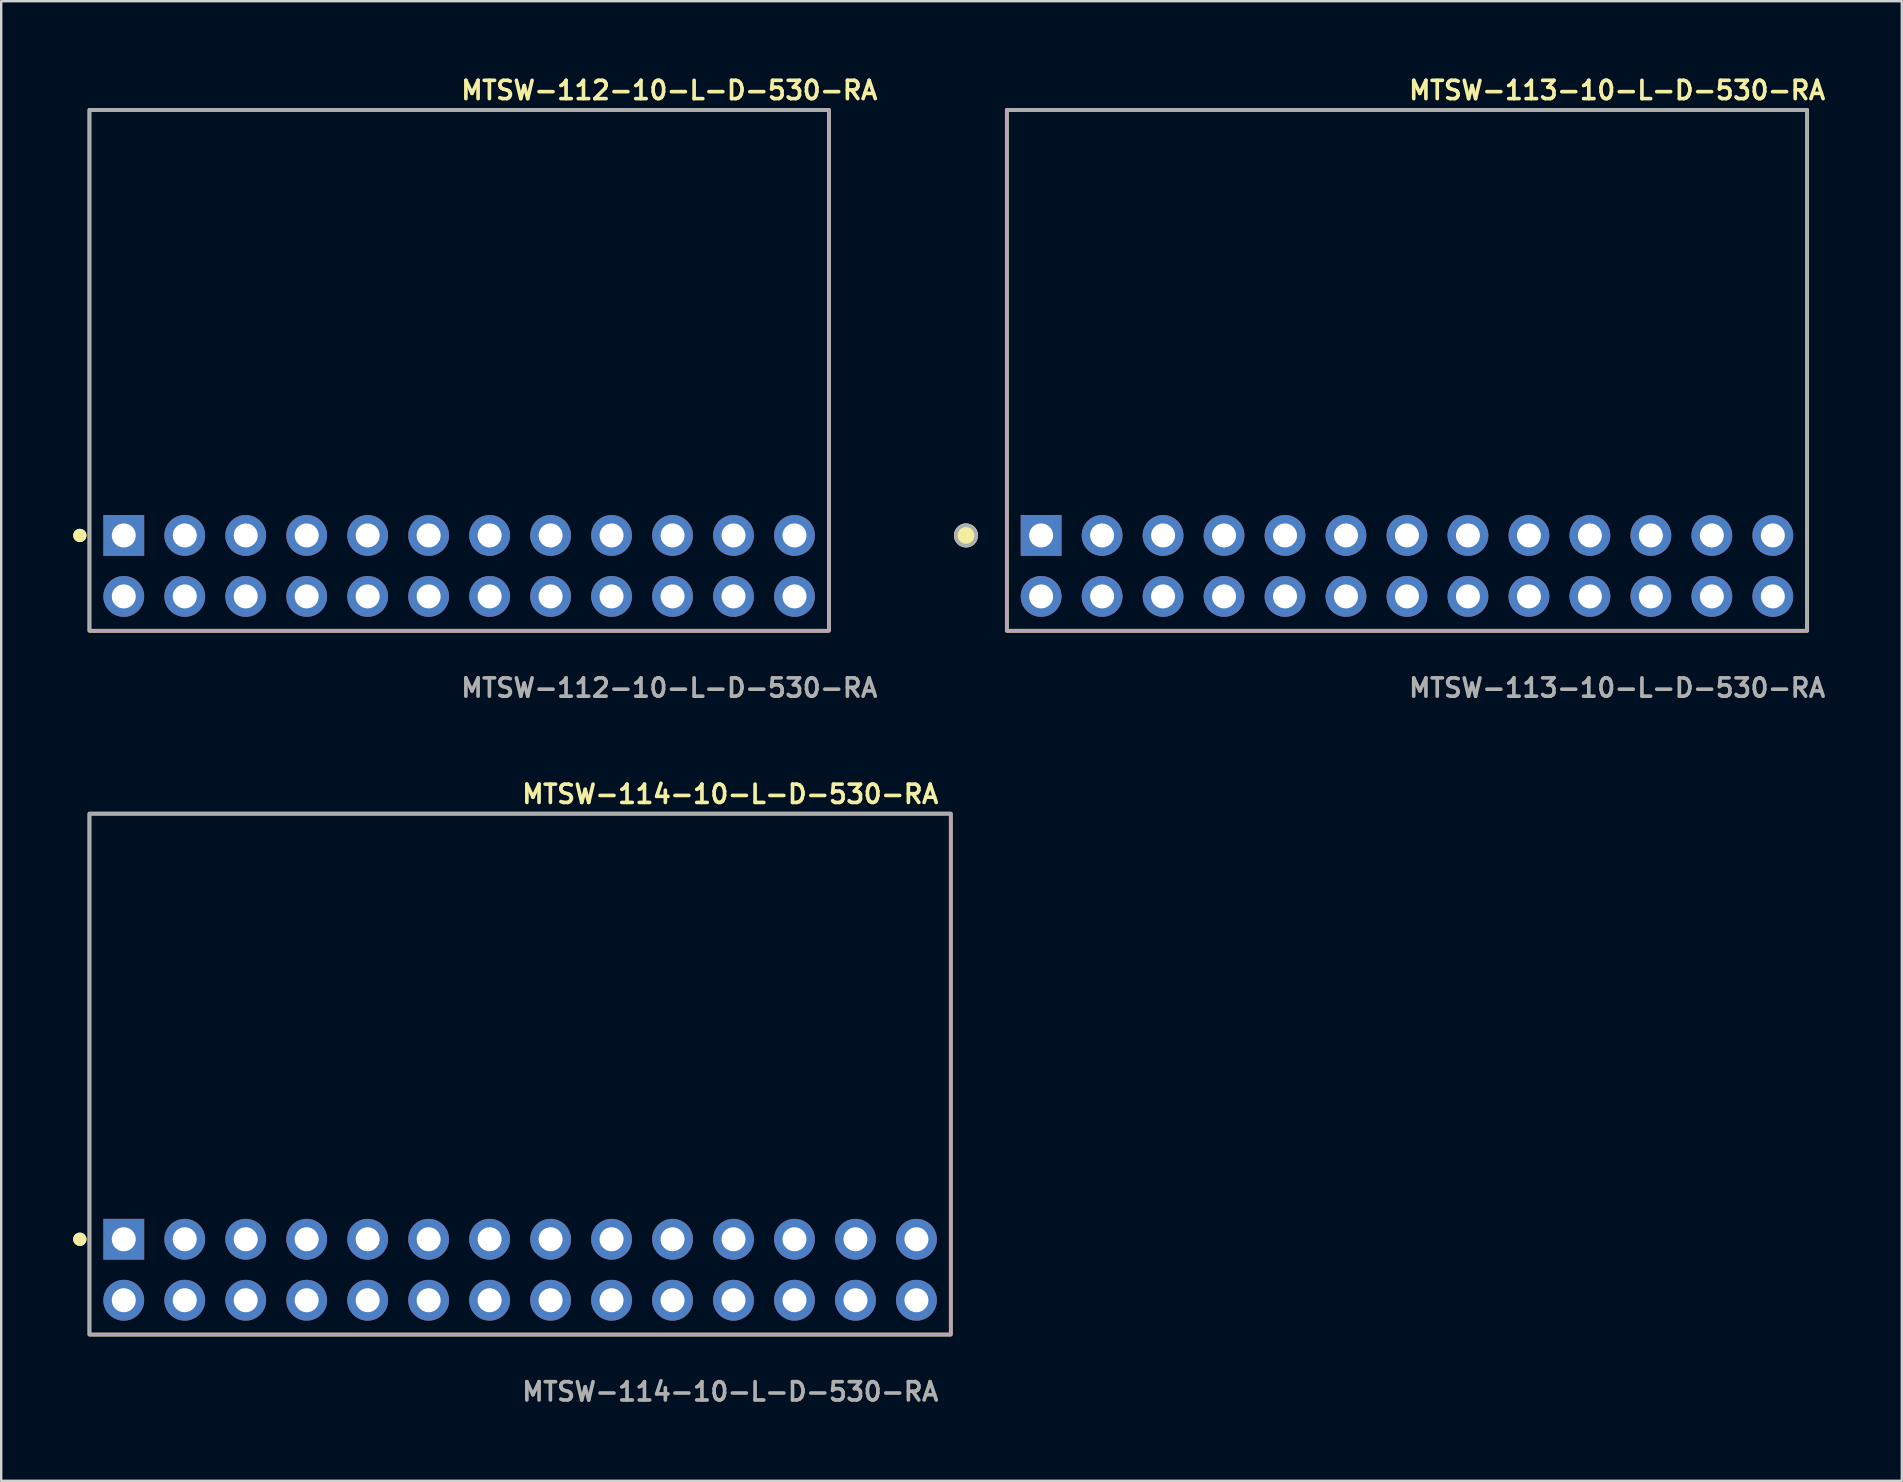
<source format=kicad_pcb>
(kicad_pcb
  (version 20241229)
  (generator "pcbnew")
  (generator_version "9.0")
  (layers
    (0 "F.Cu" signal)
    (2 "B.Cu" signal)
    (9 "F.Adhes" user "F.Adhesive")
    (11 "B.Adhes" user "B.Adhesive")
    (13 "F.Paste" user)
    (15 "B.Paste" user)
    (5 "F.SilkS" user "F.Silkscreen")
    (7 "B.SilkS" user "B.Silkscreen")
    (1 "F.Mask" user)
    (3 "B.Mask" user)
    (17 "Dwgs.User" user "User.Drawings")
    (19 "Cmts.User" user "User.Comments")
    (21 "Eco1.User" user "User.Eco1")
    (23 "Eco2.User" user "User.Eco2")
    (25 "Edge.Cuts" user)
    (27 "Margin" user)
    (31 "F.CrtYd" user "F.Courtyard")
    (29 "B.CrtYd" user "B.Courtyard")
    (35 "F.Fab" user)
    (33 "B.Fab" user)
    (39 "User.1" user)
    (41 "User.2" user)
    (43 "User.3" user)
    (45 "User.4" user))
  (footprint "MTSW-112-10-L-D-530-RA"
    (layer "F.Cu")
    (at 16.076 20.525)
    (property "Reference" "MTSW-112-10-L-D-530-RA" (at 0 -19.812 0) (unlocked yes) (layer "F.SilkS") (effects (font (size 0.762 0.762) (thickness 0.152)) (justify left)))
    (fp_rect (start -15.4 2.7) (end 15.4 -19) (stroke (width 0.152) (type solid)) (fill no) (layer "F.SilkS"))
    (fp_circle (center -15.8 -1.27) (end -16 -1.27) (stroke (width 0.152) (type solid)) (fill yes) (layer "F.SilkS"))
    (fp_circle (center -15.8 -1.27) (end -16 -1.27) (stroke (width 0.152) (type solid)) (fill yes) (layer "F.SilkS"))
    (fp_rect (start -15.4 2.7) (end 15.4 -19) (stroke (width 0.006) (type solid)) (fill no) (layer "F.CrtYd"))
    (fp_rect (start -15.4 2.7) (end 15.4 -19) (stroke (width 0.152) (type solid)) (fill no) (layer "F.Fab"))
    (fp_text user "${REFERENCE}" (at 0 5.08 0) (unlocked yes) (layer "F.Fab") (effects (font (size 0.762 0.762) (thickness 0.152)) (justify left)))
    (pad "1" thru_hole rect (at -13.97 -1.27) (size 1.7 1.7) (drill 1) (layers "*.Cu" "*.Mask"))
    (pad "2" thru_hole circle (at -13.97 1.27) (size 1.7 1.7) (drill 1) (layers "*.Cu" "*.Mask"))
    (pad "3" thru_hole circle (at -11.43 -1.27) (size 1.7 1.7) (drill 1) (layers "*.Cu" "*.Mask"))
    (pad "4" thru_hole circle (at -11.43 1.27) (size 1.7 1.7) (drill 1) (layers "*.Cu" "*.Mask"))
    (pad "5" thru_hole circle (at -8.89 -1.27) (size 1.7 1.7) (drill 1) (layers "*.Cu" "*.Mask"))
    (pad "6" thru_hole circle (at -8.89 1.27) (size 1.7 1.7) (drill 1) (layers "*.Cu" "*.Mask"))
    (pad "7" thru_hole circle (at -6.35 -1.27) (size 1.7 1.7) (drill 1) (layers "*.Cu" "*.Mask"))
    (pad "8" thru_hole circle (at -6.35 1.27) (size 1.7 1.7) (drill 1) (layers "*.Cu" "*.Mask"))
    (pad "9" thru_hole circle (at -3.81 -1.27) (size 1.7 1.7) (drill 1) (layers "*.Cu" "*.Mask"))
    (pad "10" thru_hole circle (at -3.81 1.27) (size 1.7 1.7) (drill 1) (layers "*.Cu" "*.Mask"))
    (pad "11" thru_hole circle (at -1.27 -1.27) (size 1.7 1.7) (drill 1) (layers "*.Cu" "*.Mask"))
    (pad "12" thru_hole circle (at -1.27 1.27) (size 1.7 1.7) (drill 1) (layers "*.Cu" "*.Mask"))
    (pad "13" thru_hole circle (at 1.27 -1.27) (size 1.7 1.7) (drill 1) (layers "*.Cu" "*.Mask"))
    (pad "14" thru_hole circle (at 1.27 1.27) (size 1.7 1.7) (drill 1) (layers "*.Cu" "*.Mask"))
    (pad "15" thru_hole circle (at 3.81 -1.27) (size 1.7 1.7) (drill 1) (layers "*.Cu" "*.Mask"))
    (pad "16" thru_hole circle (at 3.81 1.27) (size 1.7 1.7) (drill 1) (layers "*.Cu" "*.Mask"))
    (pad "17" thru_hole circle (at 6.35 -1.27) (size 1.7 1.7) (drill 1) (layers "*.Cu" "*.Mask"))
    (pad "18" thru_hole circle (at 6.35 1.27) (size 1.7 1.7) (drill 1) (layers "*.Cu" "*.Mask"))
    (pad "19" thru_hole circle (at 8.89 -1.27) (size 1.7 1.7) (drill 1) (layers "*.Cu" "*.Mask"))
    (pad "20" thru_hole circle (at 8.89 1.27) (size 1.7 1.7) (drill 1) (layers "*.Cu" "*.Mask"))
    (pad "21" thru_hole circle (at 11.43 -1.27) (size 1.7 1.7) (drill 1) (layers "*.Cu" "*.Mask"))
    (pad "22" thru_hole circle (at 11.43 1.27) (size 1.7 1.7) (drill 1) (layers "*.Cu" "*.Mask"))
    (pad "23" thru_hole circle (at 13.97 -1.27) (size 1.7 1.7) (drill 1) (layers "*.Cu" "*.Mask"))
    (pad "24" thru_hole circle (at 13.97 1.27) (size 1.7 1.7) (drill 1) (layers "*.Cu" "*.Mask")))
  (footprint "MTSW-113-10-L-D-530-RA"
    (layer "F.Cu")
    (at 55.56 20.525)
    (property "Reference" "MTSW-113-10-L-D-530-RA" (at 0 -19.812 0) (unlocked yes) (layer "F.SilkS") (effects (font (size 0.762 0.762) (thickness 0.152)) (justify left)))
    (fp_rect (start -16.67 2.7) (end 16.67 -19) (stroke (width 0.152) (type solid)) (fill no) (layer "F.SilkS"))
    (fp_circle (center -18.37 -1.27) (end -18.795 -1.27) (stroke (width 0.152) (type solid)) (fill yes) (layer "F.SilkS"))
    (fp_rect (start -16.67 2.7) (end 16.67 -19) (stroke (width 0.006) (type solid)) (fill no) (layer "F.CrtYd"))
    (fp_rect (start -16.67 2.7) (end 16.67 -19) (stroke (width 0.152) (type solid)) (fill no) (layer "F.Fab"))
    (fp_circle (center -18.37 -1.27) (end -18.795 -1.27) (stroke (width 0.152) (type solid)) (fill no) (layer "F.Fab"))
    (fp_text user "${REFERENCE}" (at 0 5.08 0) (unlocked yes) (layer "F.Fab") (effects (font (size 0.762 0.762) (thickness 0.152)) (justify left)))
    (pad "1" thru_hole rect (at -15.24 -1.27) (size 1.7 1.7) (drill 1) (layers "*.Cu" "*.Mask"))
    (pad "2" thru_hole circle (at -15.24 1.27) (size 1.7 1.7) (drill 1) (layers "*.Cu" "*.Mask"))
    (pad "3" thru_hole circle (at -12.7 -1.27) (size 1.7 1.7) (drill 1) (layers "*.Cu" "*.Mask"))
    (pad "4" thru_hole circle (at -12.7 1.27) (size 1.7 1.7) (drill 1) (layers "*.Cu" "*.Mask"))
    (pad "5" thru_hole circle (at -10.16 -1.27) (size 1.7 1.7) (drill 1) (layers "*.Cu" "*.Mask"))
    (pad "6" thru_hole circle (at -10.16 1.27) (size 1.7 1.7) (drill 1) (layers "*.Cu" "*.Mask"))
    (pad "7" thru_hole circle (at -7.62 -1.27) (size 1.7 1.7) (drill 1) (layers "*.Cu" "*.Mask"))
    (pad "8" thru_hole circle (at -7.62 1.27) (size 1.7 1.7) (drill 1) (layers "*.Cu" "*.Mask"))
    (pad "9" thru_hole circle (at -5.08 -1.27) (size 1.7 1.7) (drill 1) (layers "*.Cu" "*.Mask"))
    (pad "10" thru_hole circle (at -5.08 1.27) (size 1.7 1.7) (drill 1) (layers "*.Cu" "*.Mask"))
    (pad "11" thru_hole circle (at -2.54 -1.27) (size 1.7 1.7) (drill 1) (layers "*.Cu" "*.Mask"))
    (pad "12" thru_hole circle (at -2.54 1.27) (size 1.7 1.7) (drill 1) (layers "*.Cu" "*.Mask"))
    (pad "13" thru_hole circle (at 0 -1.27) (size 1.7 1.7) (drill 1) (layers "*.Cu" "*.Mask"))
    (pad "14" thru_hole circle (at 0 1.27) (size 1.7 1.7) (drill 1) (layers "*.Cu" "*.Mask"))
    (pad "15" thru_hole circle (at 2.54 -1.27) (size 1.7 1.7) (drill 1) (layers "*.Cu" "*.Mask"))
    (pad "16" thru_hole circle (at 2.54 1.27) (size 1.7 1.7) (drill 1) (layers "*.Cu" "*.Mask"))
    (pad "17" thru_hole circle (at 5.08 -1.27) (size 1.7 1.7) (drill 1) (layers "*.Cu" "*.Mask"))
    (pad "18" thru_hole circle (at 5.08 1.27) (size 1.7 1.7) (drill 1) (layers "*.Cu" "*.Mask"))
    (pad "19" thru_hole circle (at 7.62 -1.27) (size 1.7 1.7) (drill 1) (layers "*.Cu" "*.Mask"))
    (pad "20" thru_hole circle (at 7.62 1.27) (size 1.7 1.7) (drill 1) (layers "*.Cu" "*.Mask"))
    (pad "21" thru_hole circle (at 10.16 -1.27) (size 1.7 1.7) (drill 1) (layers "*.Cu" "*.Mask"))
    (pad "22" thru_hole circle (at 10.16 1.27) (size 1.7 1.7) (drill 1) (layers "*.Cu" "*.Mask"))
    (pad "23" thru_hole circle (at 12.7 -1.27) (size 1.7 1.7) (drill 1) (layers "*.Cu" "*.Mask"))
    (pad "24" thru_hole circle (at 12.7 1.27) (size 1.7 1.7) (drill 1) (layers "*.Cu" "*.Mask"))
    (pad "25" thru_hole circle (at 15.24 -1.27) (size 1.7 1.7) (drill 1) (layers "*.Cu" "*.Mask"))
    (pad "26" thru_hole circle (at 15.24 1.27) (size 1.7 1.7) (drill 1) (layers "*.Cu" "*.Mask")))
  (footprint "MTSW-114-10-L-D-530-RA"
    (layer "F.Cu")
    (at 18.616 49.844)
    (property "Reference" "MTSW-114-10-L-D-530-RA" (at 0 -19.812 0) (unlocked yes) (layer "F.SilkS") (effects (font (size 0.762 0.762) (thickness 0.152)) (justify left)))
    (fp_rect (start -17.94 2.7) (end 17.94 -19) (stroke (width 0.152) (type solid)) (fill no) (layer "F.SilkS"))
    (fp_circle (center -18.34 -1.27) (end -18.54 -1.27) (stroke (width 0.152) (type solid)) (fill yes) (layer "F.SilkS"))
    (fp_circle (center -18.34 -1.27) (end -18.54 -1.27) (stroke (width 0.152) (type solid)) (fill yes) (layer "F.SilkS"))
    (fp_rect (start -17.94 2.7) (end 17.94 -19) (stroke (width 0.006) (type solid)) (fill no) (layer "F.CrtYd"))
    (fp_rect (start -17.94 2.7) (end 17.94 -19) (stroke (width 0.152) (type solid)) (fill no) (layer "F.Fab"))
    (fp_text user "${REFERENCE}" (at 0 5.08 0) (unlocked yes) (layer "F.Fab") (effects (font (size 0.762 0.762) (thickness 0.152)) (justify left)))
    (pad "1" thru_hole rect (at -16.51 -1.27) (size 1.7 1.7) (drill 1) (layers "*.Cu" "*.Mask"))
    (pad "2" thru_hole circle (at -16.51 1.27) (size 1.7 1.7) (drill 1) (layers "*.Cu" "*.Mask"))
    (pad "3" thru_hole circle (at -13.97 -1.27) (size 1.7 1.7) (drill 1) (layers "*.Cu" "*.Mask"))
    (pad "4" thru_hole circle (at -13.97 1.27) (size 1.7 1.7) (drill 1) (layers "*.Cu" "*.Mask"))
    (pad "5" thru_hole circle (at -11.43 -1.27) (size 1.7 1.7) (drill 1) (layers "*.Cu" "*.Mask"))
    (pad "6" thru_hole circle (at -11.43 1.27) (size 1.7 1.7) (drill 1) (layers "*.Cu" "*.Mask"))
    (pad "7" thru_hole circle (at -8.89 -1.27) (size 1.7 1.7) (drill 1) (layers "*.Cu" "*.Mask"))
    (pad "8" thru_hole circle (at -8.89 1.27) (size 1.7 1.7) (drill 1) (layers "*.Cu" "*.Mask"))
    (pad "9" thru_hole circle (at -6.35 -1.27) (size 1.7 1.7) (drill 1) (layers "*.Cu" "*.Mask"))
    (pad "10" thru_hole circle (at -6.35 1.27) (size 1.7 1.7) (drill 1) (layers "*.Cu" "*.Mask"))
    (pad "11" thru_hole circle (at -3.81 -1.27) (size 1.7 1.7) (drill 1) (layers "*.Cu" "*.Mask"))
    (pad "12" thru_hole circle (at -3.81 1.27) (size 1.7 1.7) (drill 1) (layers "*.Cu" "*.Mask"))
    (pad "13" thru_hole circle (at -1.27 -1.27) (size 1.7 1.7) (drill 1) (layers "*.Cu" "*.Mask"))
    (pad "14" thru_hole circle (at -1.27 1.27) (size 1.7 1.7) (drill 1) (layers "*.Cu" "*.Mask"))
    (pad "15" thru_hole circle (at 1.27 -1.27) (size 1.7 1.7) (drill 1) (layers "*.Cu" "*.Mask"))
    (pad "16" thru_hole circle (at 1.27 1.27) (size 1.7 1.7) (drill 1) (layers "*.Cu" "*.Mask"))
    (pad "17" thru_hole circle (at 3.81 -1.27) (size 1.7 1.7) (drill 1) (layers "*.Cu" "*.Mask"))
    (pad "18" thru_hole circle (at 3.81 1.27) (size 1.7 1.7) (drill 1) (layers "*.Cu" "*.Mask"))
    (pad "19" thru_hole circle (at 6.35 -1.27) (size 1.7 1.7) (drill 1) (layers "*.Cu" "*.Mask"))
    (pad "20" thru_hole circle (at 6.35 1.27) (size 1.7 1.7) (drill 1) (layers "*.Cu" "*.Mask"))
    (pad "21" thru_hole circle (at 8.89 -1.27) (size 1.7 1.7) (drill 1) (layers "*.Cu" "*.Mask"))
    (pad "22" thru_hole circle (at 8.89 1.27) (size 1.7 1.7) (drill 1) (layers "*.Cu" "*.Mask"))
    (pad "23" thru_hole circle (at 11.43 -1.27) (size 1.7 1.7) (drill 1) (layers "*.Cu" "*.Mask"))
    (pad "24" thru_hole circle (at 11.43 1.27) (size 1.7 1.7) (drill 1) (layers "*.Cu" "*.Mask"))
    (pad "25" thru_hole circle (at 13.97 -1.27) (size 1.7 1.7) (drill 1) (layers "*.Cu" "*.Mask"))
    (pad "26" thru_hole circle (at 13.97 1.27) (size 1.7 1.7) (drill 1) (layers "*.Cu" "*.Mask"))
    (pad "27" thru_hole circle (at 16.51 -1.27) (size 1.7 1.7) (drill 1) (layers "*.Cu" "*.Mask"))
    (pad "28" thru_hole circle (at 16.51 1.27) (size 1.7 1.7) (drill 1) (layers "*.Cu" "*.Mask")))
  (gr_rect
    (start -3 -3)
    (end 76.174 58.637)
    (stroke (width 0.1) (type default))
    (fill no)
    (layer "Edge.Cuts")))
</source>
